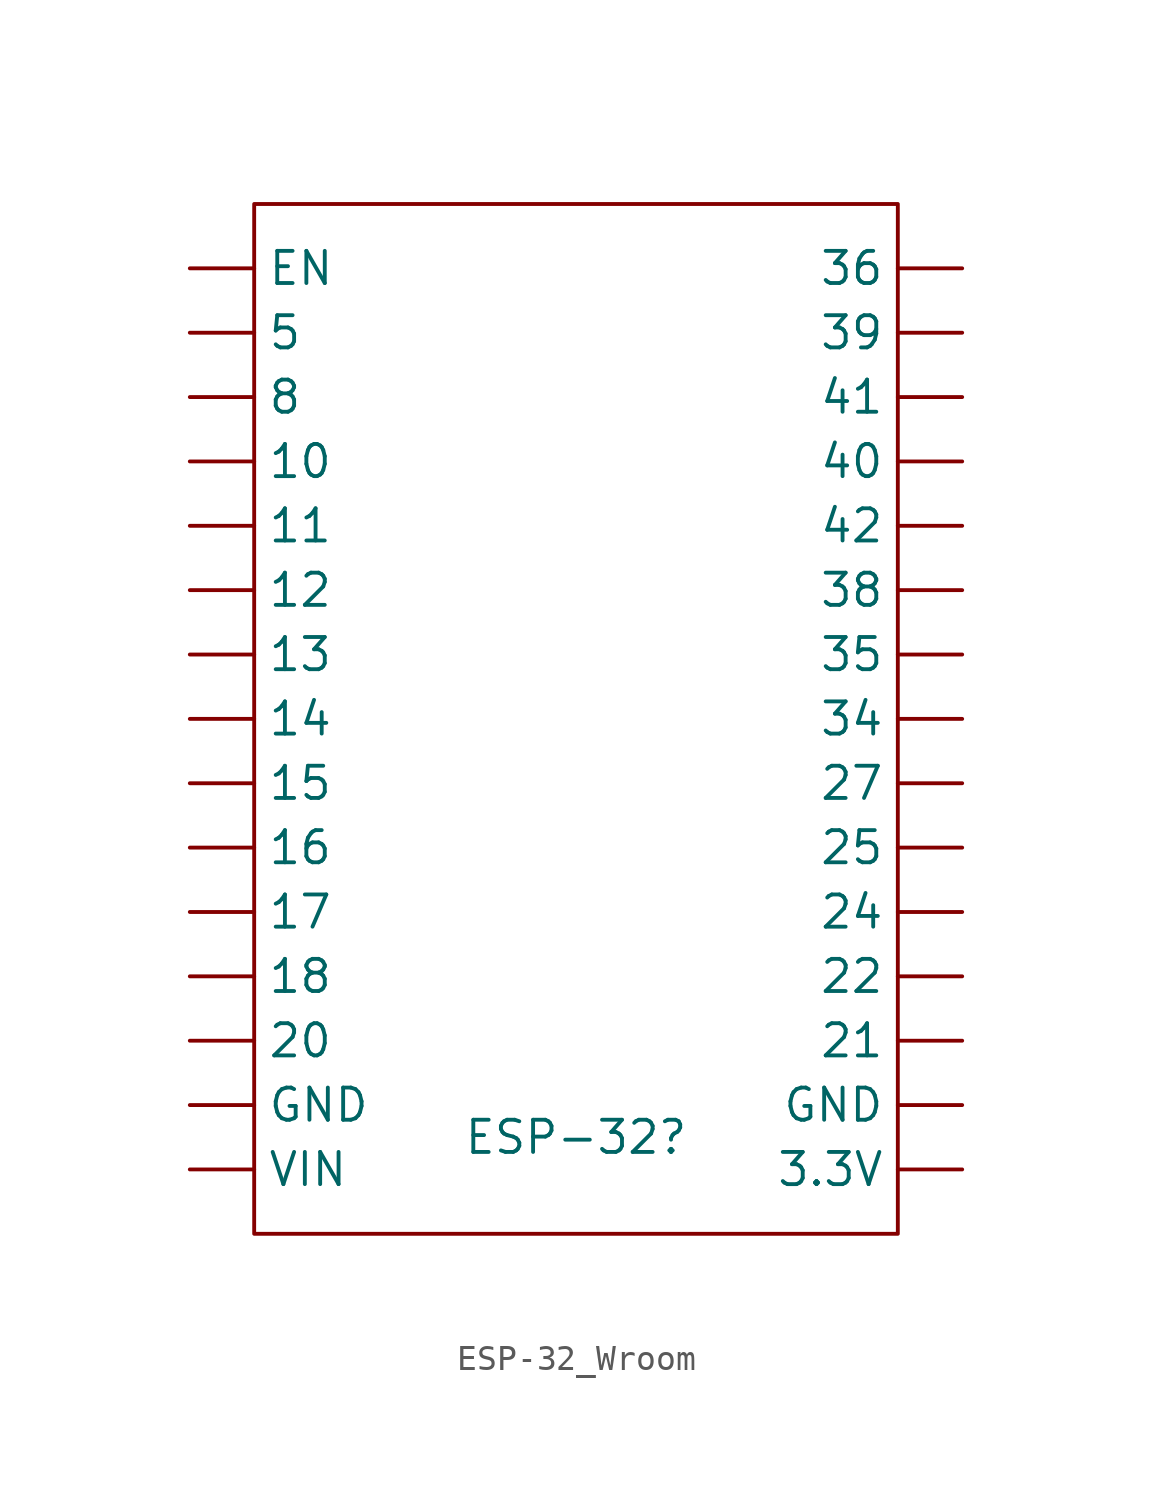
<source format=kicad_sym>
(kicad_symbol_lib
  (version 20220914)
  (generator kicad_symbol_editor)
  (symbol "ESP-32_Wroom"
    (property "Reference" "ESP-32"
      (at 0 -16.51 0)
      (effects (font (size 1.27 1.27))))
    (property "Value" ""
      (at 0 0 0)
      (effects (font (size 1.27 1.27))))
    (symbol "ESP-32_Wroom_0_1"
      (rectangle (start -12.7 20.32) (end 12.7 -20.32) (stroke (width 0) (type default)) (fill (type none))))
    (symbol "ESP-32_Wroom_1_1"
      (pin bidirectional line (at -15.24 10.16 0) (length 2.54) (name "10" (effects (font (size 1.27 1.27)))) (number "" (effects (font (size 1.27 1.27)))))
      (pin bidirectional line (at -15.24 7.62 0) (length 2.54) (name "11" (effects (font (size 1.27 1.27)))) (number "" (effects (font (size 1.27 1.27)))))
      (pin bidirectional line (at -15.24 5.08 0) (length 2.54) (name "12" (effects (font (size 1.27 1.27)))) (number "" (effects (font (size 1.27 1.27)))))
      (pin bidirectional line (at -15.24 2.54 0) (length 2.54) (name "13" (effects (font (size 1.27 1.27)))) (number "" (effects (font (size 1.27 1.27)))))
      (pin bidirectional line (at -15.24 0 0) (length 2.54) (name "14" (effects (font (size 1.27 1.27)))) (number "" (effects (font (size 1.27 1.27)))))
      (pin bidirectional line (at -15.24 -2.54 0) (length 2.54) (name "15" (effects (font (size 1.27 1.27)))) (number "" (effects (font (size 1.27 1.27)))))
      (pin bidirectional line (at -15.24 -5.08 0) (length 2.54) (name "16" (effects (font (size 1.27 1.27)))) (number "" (effects (font (size 1.27 1.27)))))
      (pin bidirectional line (at -15.24 -7.62 0) (length 2.54) (name "17" (effects (font (size 1.27 1.27)))) (number "" (effects (font (size 1.27 1.27)))))
      (pin bidirectional line (at -15.24 -10.16 0) (length 2.54) (name "18" (effects (font (size 1.27 1.27)))) (number "" (effects (font (size 1.27 1.27)))))
      (pin bidirectional line (at -15.24 -12.7 0) (length 2.54) (name "20" (effects (font (size 1.27 1.27)))) (number "" (effects (font (size 1.27 1.27)))))
      (pin bidirectional line (at 15.24 -12.7 180) (length 2.54) (name "21" (effects (font (size 1.27 1.27)))) (number "" (effects (font (size 1.27 1.27)))))
      (pin bidirectional line (at 15.24 -10.16 180) (length 2.54) (name "22" (effects (font (size 1.27 1.27)))) (number "" (effects (font (size 1.27 1.27)))))
      (pin bidirectional line (at 15.24 -7.62 180) (length 2.54) (name "24" (effects (font (size 1.27 1.27)))) (number "" (effects (font (size 1.27 1.27)))))
      (pin bidirectional line (at 15.24 -5.08 180) (length 2.54) (name "25" (effects (font (size 1.27 1.27)))) (number "" (effects (font (size 1.27 1.27)))))
      (pin bidirectional line (at 15.24 -2.54 180) (length 2.54) (name "27" (effects (font (size 1.27 1.27)))) (number "" (effects (font (size 1.27 1.27)))))
      (pin input line (at 15.24 -17.78 180) (length 2.54) (name "3.3V" (effects (font (size 1.27 1.27)))) (number "" (effects (font (size 1.27 1.27)))))
      (pin bidirectional line (at 15.24 0 180) (length 2.54) (name "34" (effects (font (size 1.27 1.27)))) (number "" (effects (font (size 1.27 1.27)))))
      (pin bidirectional line (at 15.24 2.54 180) (length 2.54) (name "35" (effects (font (size 1.27 1.27)))) (number "" (effects (font (size 1.27 1.27)))))
      (pin input line (at 15.24 17.78 180) (length 2.54) (name "36" (effects (font (size 1.27 1.27)))) (number "" (effects (font (size 1.27 1.27)))))
      (pin bidirectional line (at 15.24 5.08 180) (length 2.54) (name "38" (effects (font (size 1.27 1.27)))) (number "" (effects (font (size 1.27 1.27)))))
      (pin bidirectional line (at 15.24 15.24 180) (length 2.54) (name "39" (effects (font (size 1.27 1.27)))) (number "" (effects (font (size 1.27 1.27)))))
      (pin bidirectional line (at 15.24 10.16 180) (length 2.54) (name "40" (effects (font (size 1.27 1.27)))) (number "" (effects (font (size 1.27 1.27)))))
      (pin bidirectional line (at 15.24 12.7 180) (length 2.54) (name "41" (effects (font (size 1.27 1.27)))) (number "" (effects (font (size 1.27 1.27)))))
      (pin bidirectional line (at 15.24 7.62 180) (length 2.54) (name "42" (effects (font (size 1.27 1.27)))) (number "" (effects (font (size 1.27 1.27)))))
      (pin bidirectional line (at -15.24 15.24 0) (length 2.54) (name "5" (effects (font (size 1.27 1.27)))) (number "" (effects (font (size 1.27 1.27)))))
      (pin bidirectional line (at -15.24 12.7 0) (length 2.54) (name "8" (effects (font (size 1.27 1.27)))) (number "" (effects (font (size 1.27 1.27)))))
      (pin input line (at -15.24 17.78 0) (length 2.54) (name "EN" (effects (font (size 1.27 1.27)))) (number "" (effects (font (size 1.27 1.27)))))
      (pin input line (at -15.24 -15.24 0) (length 2.54) (name "GND" (effects (font (size 1.27 1.27)))) (number "" (effects (font (size 1.27 1.27)))))
      (pin input line (at 15.24 -15.24 180) (length 2.54) (name "GND" (effects (font (size 1.27 1.27)))) (number "" (effects (font (size 1.27 1.27)))))
      (pin input line (at -15.24 -17.78 0) (length 2.54) (name "VIN" (effects (font (size 1.27 1.27)))) (number "" (effects (font (size 1.27 1.27))))))))
</source>
